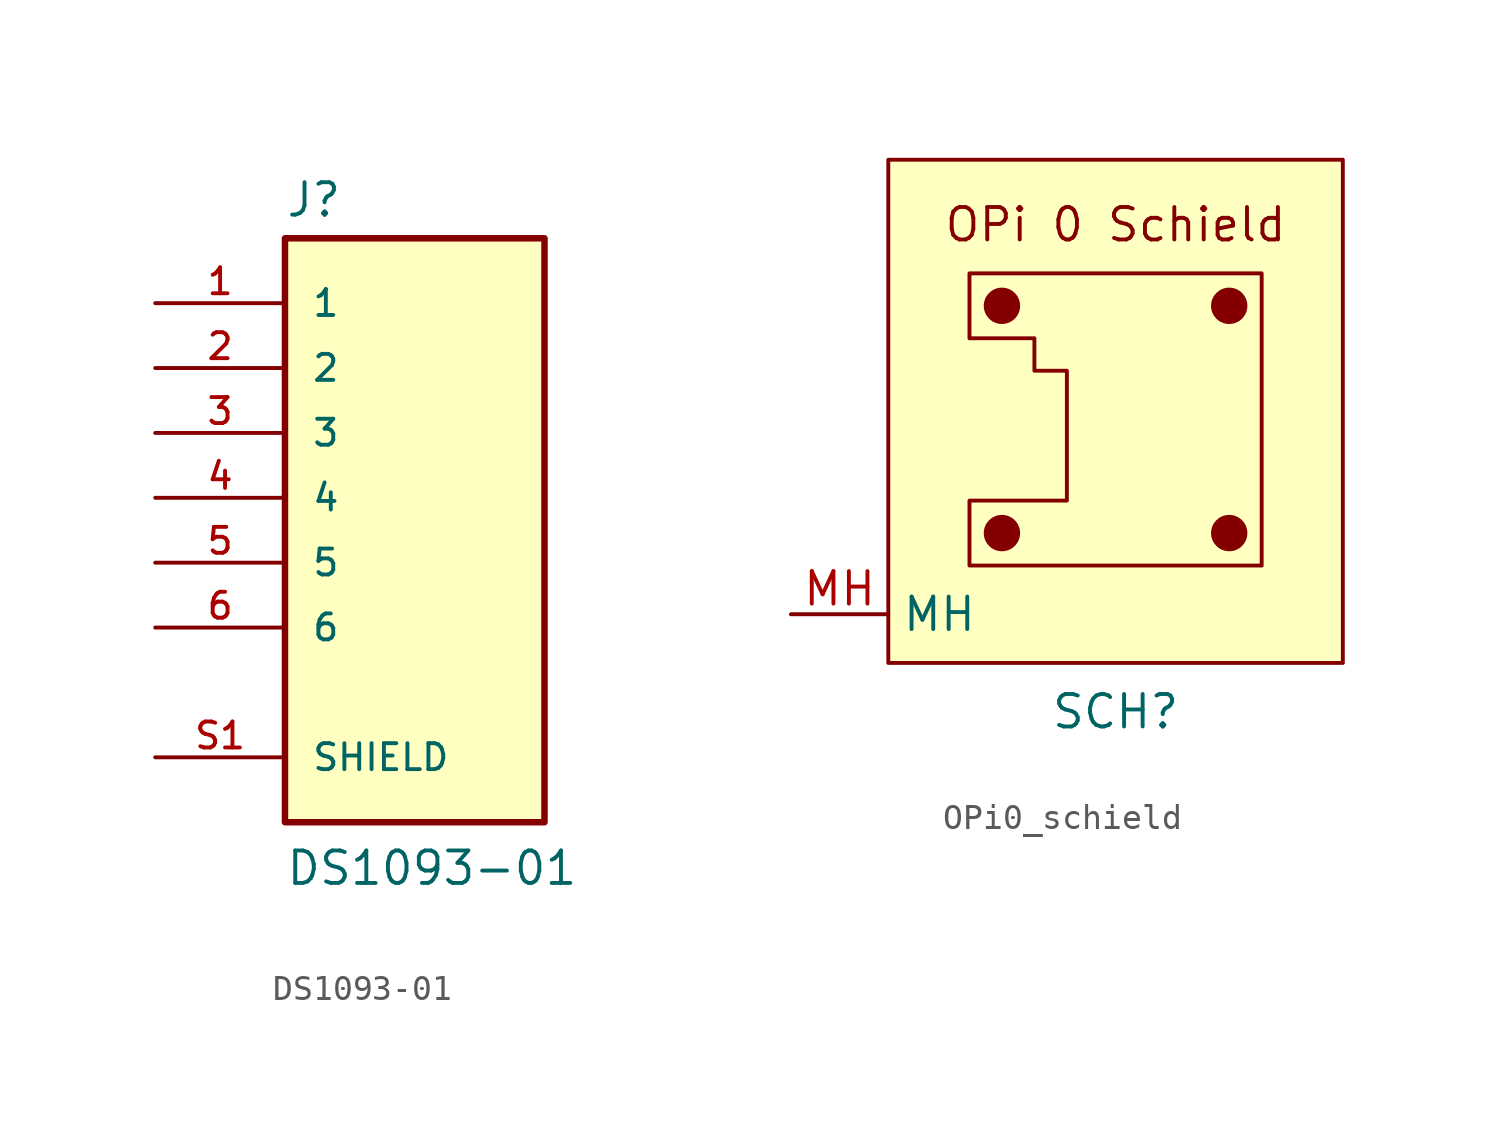
<source format=kicad_sym>
(kicad_symbol_lib
  (version 20220914)
  (generator kicad_symbol_editor)
  (symbol "DS1093-01"
    (pin_names
      (offset 1.016))
    (property "Reference" "J"
      (at -5.08 10.922 0)
      (effects (font (size 1.27 1.27)) (justify left bottom)))
    (property "Value" "DS1093-01"
      (at -5.08 -15.24 0)
      (effects (font (size 1.27 1.27)) (justify left bottom)))
    (symbol "DS1093-01_0_0"
      (rectangle (start -5.08 -12.7) (end 5.08 10.16) (stroke (width 0.254) (type default)) (fill (type background)))
      (pin passive line (at -10.16 7.62 0) (length 5.08) (name "1" (effects (font (size 1.016 1.016)))) (number "1" (effects (font (size 1.016 1.016)))))
      (pin passive line (at -10.16 5.08 0) (length 5.08) (name "2" (effects (font (size 1.016 1.016)))) (number "2" (effects (font (size 1.016 1.016)))))
      (pin passive line (at -10.16 2.54 0) (length 5.08) (name "3" (effects (font (size 1.016 1.016)))) (number "3" (effects (font (size 1.016 1.016)))))
      (pin passive line (at -10.16 0 0) (length 5.08) (name "4" (effects (font (size 1.016 1.016)))) (number "4" (effects (font (size 1.016 1.016)))))
      (pin passive line (at -10.16 -2.54 0) (length 5.08) (name "5" (effects (font (size 1.016 1.016)))) (number "5" (effects (font (size 1.016 1.016)))))
      (pin passive line (at -10.16 -5.08 0) (length 5.08) (name "6" (effects (font (size 1.016 1.016)))) (number "6" (effects (font (size 1.016 1.016)))))
      (pin passive line (at -10.16 -10.16 0) (length 5.08) (name "SHIELD" (effects (font (size 1.016 1.016)))) (number "S1" (effects (font (size 1.016 1.016))))))
    (symbol "DS1093-01_1_0"
      (pin passive line (at -10.16 -10.16 0) (length 5.08) hide (name "SHIELD" (effects (font (size 1.016 1.016)))) (number "S2" (effects (font (size 1.016 1.016)))))
      (pin passive line (at -10.16 -10.16 0) (length 5.08) hide (name "SHIELD" (effects (font (size 1.016 1.016)))) (number "S3" (effects (font (size 1.016 1.016)))))))
  (symbol "OPi0_schield"
    (property "Reference" "SCH"
      (at 0 -11.43 0)
      (effects (font (size 1.27 1.27))))
    (property "Value" ""
      (at -6.35 -7.62 0)
      (effects (font (size 1.27 1.27))))
    (symbol "OPi0_schield_1_1"
      (rectangle (start -8.89 10.16) (end 8.89 -9.525) (stroke (width 0) (type default)) (fill (type background)))
      (circle (center -4.445 -4.445) (radius 0.635) (stroke (width 0) (type default)) (fill (type outline)))
      (circle (center -4.445 4.445) (radius 0.635) (stroke (width 0) (type default)) (fill (type outline)))
      (polyline (pts (xy -5.715 5.715) (xy 5.715 5.715) (xy 5.715 -5.715) (xy -5.715 -5.715) (xy -5.715 -3.175) (xy -1.905 -3.175) (xy -1.905 1.905) (xy -3.175 1.905) (xy -3.175 3.175) (xy -5.715 3.175) (xy -5.715 5.715)) (stroke (width 0) (type default)) (fill (type none)))
      (circle (center 4.445 -4.445) (radius 0.635) (stroke (width 0) (type default)) (fill (type outline)))
      (circle (center 4.445 4.445) (radius 0.635) (stroke (width 0) (type default)) (fill (type outline)))
      (text "OPi 0 Schield\n" (at 0 7.62 0) (effects (font (size 1.27 1.27))))
      (pin input line (at -12.7 -7.62 0) (length 3.81) (name "MH" (effects (font (size 1.27 1.27)))) (number "MH" (effects (font (size 1.27 1.27))))))))
</source>
